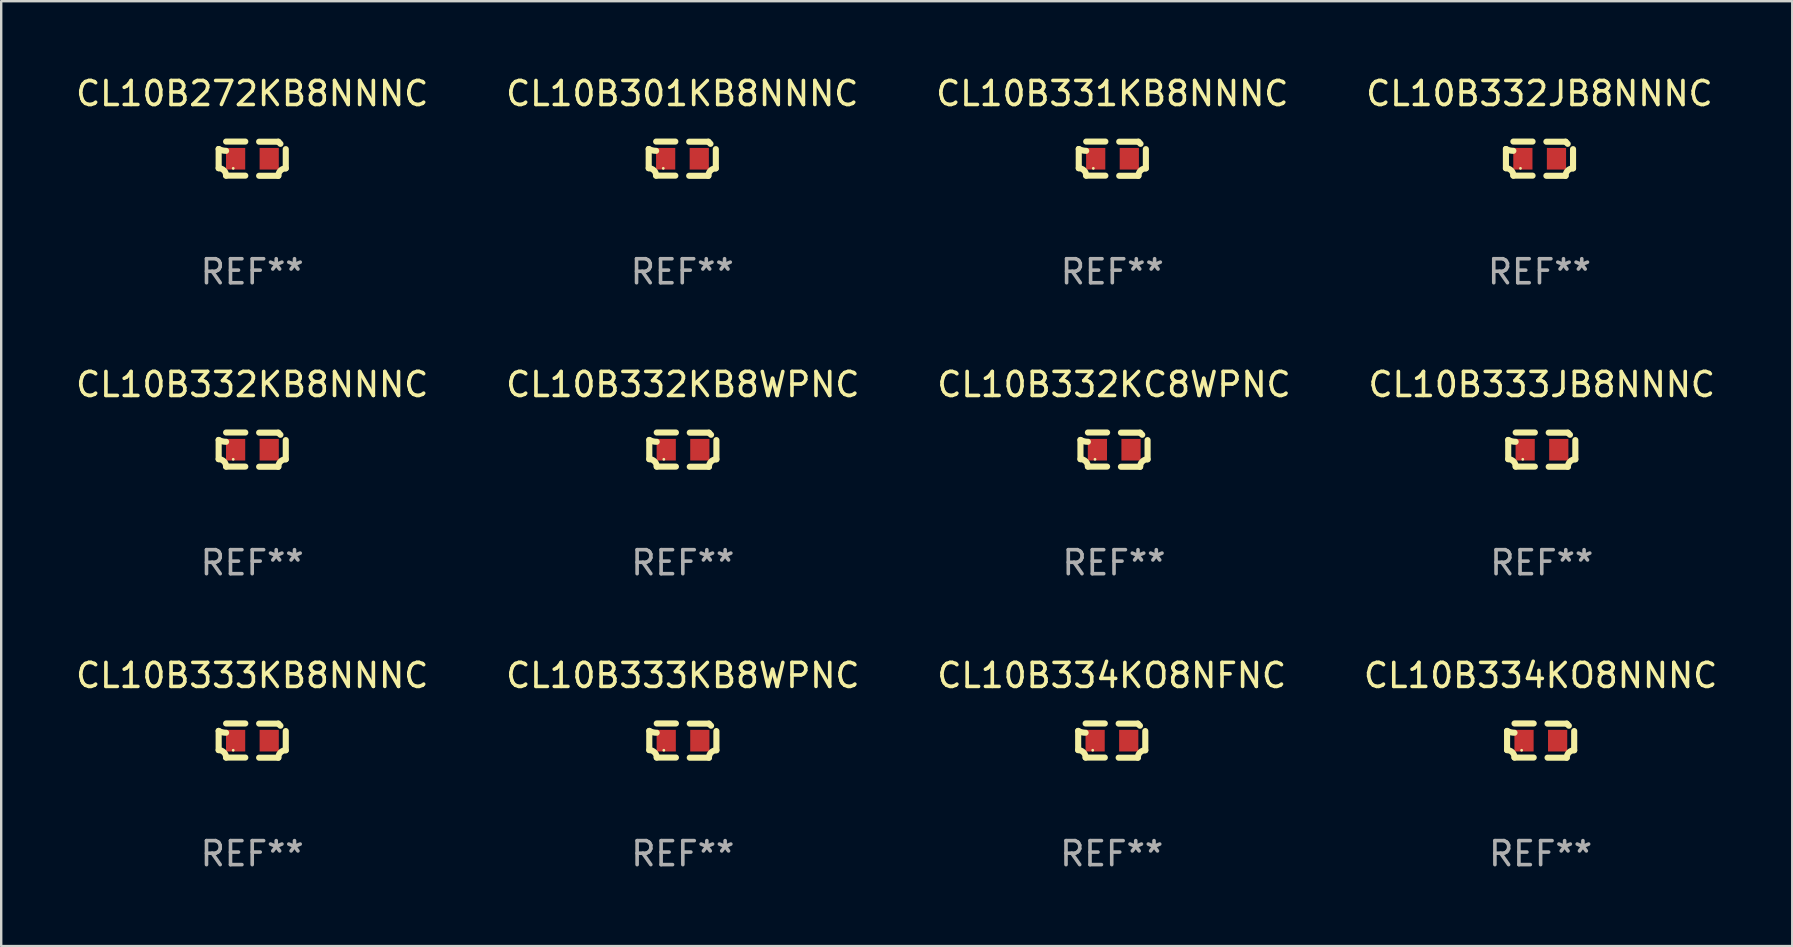
<source format=kicad_pcb>
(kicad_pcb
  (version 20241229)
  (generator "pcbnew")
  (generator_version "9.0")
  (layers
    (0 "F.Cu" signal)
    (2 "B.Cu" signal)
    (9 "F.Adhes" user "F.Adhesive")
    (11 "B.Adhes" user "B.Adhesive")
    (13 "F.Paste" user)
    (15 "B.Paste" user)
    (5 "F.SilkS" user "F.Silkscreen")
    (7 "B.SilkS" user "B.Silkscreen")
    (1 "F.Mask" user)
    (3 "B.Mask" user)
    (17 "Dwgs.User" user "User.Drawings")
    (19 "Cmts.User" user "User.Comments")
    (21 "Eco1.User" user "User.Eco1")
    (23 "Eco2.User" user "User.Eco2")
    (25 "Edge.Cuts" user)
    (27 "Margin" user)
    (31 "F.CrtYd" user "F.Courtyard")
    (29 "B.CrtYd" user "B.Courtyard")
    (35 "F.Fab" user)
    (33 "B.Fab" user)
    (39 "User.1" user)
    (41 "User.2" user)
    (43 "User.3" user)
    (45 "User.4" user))
  (footprint "CL10B272KB8NNNC"
    (layer "F.Cu")
    (at 7.458 3.561)
    (property "Reference" "CL10B272KB8NNNC" (at 0 -2.713 0) (layer "F.SilkS") (effects (font (size 1 1) (thickness 0.15))))
    (attr through_hole)
    (fp_line (start -1.398 -0.403) (end -1.398 0.397) (stroke (width 0.254) (type solid)) (layer "F.SilkS"))
    (fp_line (start -0.288 -0.713) (end -1.088 -0.713) (stroke (width 0.254) (type solid)) (layer "F.SilkS"))
    (fp_line (start -0.288 0.707) (end -1.088 0.707) (stroke (width 0.254) (type solid)) (layer "F.SilkS"))
    (fp_line (start 0.288 -0.707) (end 1.088 -0.707) (stroke (width 0.254) (type solid)) (layer "F.SilkS"))
    (fp_line (start 0.288 0.713) (end 1.088 0.713) (stroke (width 0.254) (type solid)) (layer "F.SilkS"))
    (fp_line (start 1.398 -0.397) (end 1.398 0.403) (stroke (width 0.254) (type solid)) (layer "F.SilkS"))
    (fp_arc (start -1.397789 0.397066) (mid -1.178701 0.487826) (end -1.08796 0.706922) (stroke (width 0.254001) (type solid)) (layer "F.SilkS"))
    (fp_arc (start -1.08796 -0.327176) (mid -1.247436 -0.346384) (end -1.39779 -0.402908) (stroke (width 0.254001) (type solid)) (layer "F.SilkS"))
    (fp_arc (start 1.087909 0.712738) (mid 1.178656 0.493655) (end 1.397739 0.402908) (stroke (width 0.254001) (type solid)) (layer "F.SilkS"))
    (fp_arc (start 1.175925 -0.618926) (mid 1.131917 -0.662923) (end 1.08791 -0.706922) (stroke (width 0.254001) (type solid)) (layer "F.SilkS"))
    (fp_circle (center -0.792 0.403) (end -0.762 0.403) (stroke (width 0.06) (type solid)) (fill no) (layer "F.SilkS"))
    (fp_text user "REF**" (at 0 4.713 0) (layer "F.Fab") (effects (font (size 1 1) (thickness 0.15))))
    (pad "1" smd rect (at -0.692 0.003) (size 0.8 0.9) (layers "F.Cu" "F.Mask" "F.Paste"))
    (pad "2" smd rect (at 0.708 0.003) (size 0.8 0.9) (layers "F.Cu" "F.Mask" "F.Paste")))
  (footprint "CL10B333KB8NNNC"
    (layer "F.Cu")
    (at 7.458 27.805)
    (property "Reference" "CL10B333KB8NNNC" (at 0 -2.713 0) (layer "F.SilkS") (effects (font (size 1 1) (thickness 0.15))))
    (attr through_hole)
    (fp_line (start -1.398 -0.403) (end -1.398 0.397) (stroke (width 0.254) (type solid)) (layer "F.SilkS"))
    (fp_line (start -0.288 -0.713) (end -1.088 -0.713) (stroke (width 0.254) (type solid)) (layer "F.SilkS"))
    (fp_line (start -0.288 0.707) (end -1.088 0.707) (stroke (width 0.254) (type solid)) (layer "F.SilkS"))
    (fp_line (start 0.288 -0.707) (end 1.088 -0.707) (stroke (width 0.254) (type solid)) (layer "F.SilkS"))
    (fp_line (start 0.288 0.713) (end 1.088 0.713) (stroke (width 0.254) (type solid)) (layer "F.SilkS"))
    (fp_line (start 1.398 -0.397) (end 1.398 0.403) (stroke (width 0.254) (type solid)) (layer "F.SilkS"))
    (fp_arc (start -1.397789 0.397066) (mid -1.178701 0.487826) (end -1.08796 0.706922) (stroke (width 0.254001) (type solid)) (layer "F.SilkS"))
    (fp_arc (start -1.08796 -0.327176) (mid -1.247436 -0.346384) (end -1.39779 -0.402908) (stroke (width 0.254001) (type solid)) (layer "F.SilkS"))
    (fp_arc (start 1.087909 0.712738) (mid 1.178656 0.493655) (end 1.397739 0.402908) (stroke (width 0.254001) (type solid)) (layer "F.SilkS"))
    (fp_arc (start 1.175925 -0.618926) (mid 1.131917 -0.662923) (end 1.08791 -0.706922) (stroke (width 0.254001) (type solid)) (layer "F.SilkS"))
    (fp_circle (center -0.792 0.403) (end -0.762 0.403) (stroke (width 0.06) (type solid)) (fill no) (layer "F.SilkS"))
    (fp_text user "REF**" (at 0 4.713 0) (layer "F.Fab") (effects (font (size 1 1) (thickness 0.15))))
    (pad "1" smd rect (at -0.692 0.003) (size 0.8 0.9) (layers "F.Cu" "F.Mask" "F.Paste"))
    (pad "2" smd rect (at 0.708 0.003) (size 0.8 0.9) (layers "F.Cu" "F.Mask" "F.Paste")))
  (footprint "CL10B301KB8NNNC"
    (layer "F.Cu")
    (at 25.375 3.561)
    (property "Reference" "CL10B301KB8NNNC" (at 0 -2.713 0) (layer "F.SilkS") (effects (font (size 1 1) (thickness 0.15))))
    (attr through_hole)
    (fp_line (start -1.398 -0.403) (end -1.398 0.397) (stroke (width 0.254) (type solid)) (layer "F.SilkS"))
    (fp_line (start -0.288 -0.713) (end -1.088 -0.713) (stroke (width 0.254) (type solid)) (layer "F.SilkS"))
    (fp_line (start -0.288 0.707) (end -1.088 0.707) (stroke (width 0.254) (type solid)) (layer "F.SilkS"))
    (fp_line (start 0.288 -0.707) (end 1.088 -0.707) (stroke (width 0.254) (type solid)) (layer "F.SilkS"))
    (fp_line (start 0.288 0.713) (end 1.088 0.713) (stroke (width 0.254) (type solid)) (layer "F.SilkS"))
    (fp_line (start 1.398 -0.397) (end 1.398 0.403) (stroke (width 0.254) (type solid)) (layer "F.SilkS"))
    (fp_arc (start -1.397789 0.397066) (mid -1.178701 0.487826) (end -1.08796 0.706922) (stroke (width 0.254001) (type solid)) (layer "F.SilkS"))
    (fp_arc (start -1.08796 -0.327176) (mid -1.247436 -0.346384) (end -1.39779 -0.402908) (stroke (width 0.254001) (type solid)) (layer "F.SilkS"))
    (fp_arc (start 1.087909 0.712738) (mid 1.178656 0.493655) (end 1.397739 0.402908) (stroke (width 0.254001) (type solid)) (layer "F.SilkS"))
    (fp_arc (start 1.175925 -0.618926) (mid 1.131917 -0.662923) (end 1.08791 -0.706922) (stroke (width 0.254001) (type solid)) (layer "F.SilkS"))
    (fp_circle (center -0.792 0.403) (end -0.762 0.403) (stroke (width 0.06) (type solid)) (fill no) (layer "F.SilkS"))
    (fp_text user "REF**" (at 0 4.713 0) (layer "F.Fab") (effects (font (size 1 1) (thickness 0.15))))
    (pad "1" smd rect (at -0.692 0.003) (size 0.8 0.9) (layers "F.Cu" "F.Mask" "F.Paste"))
    (pad "2" smd rect (at 0.708 0.003) (size 0.8 0.9) (layers "F.Cu" "F.Mask" "F.Paste")))
  (footprint "CL10B331KB8NNNC"
    (layer "F.Cu")
    (at 43.292 3.561)
    (property "Reference" "CL10B331KB8NNNC" (at 0 -2.713 0) (layer "F.SilkS") (effects (font (size 1 1) (thickness 0.15))))
    (attr through_hole)
    (fp_line (start -1.398 -0.403) (end -1.398 0.397) (stroke (width 0.254) (type solid)) (layer "F.SilkS"))
    (fp_line (start -0.288 -0.713) (end -1.088 -0.713) (stroke (width 0.254) (type solid)) (layer "F.SilkS"))
    (fp_line (start -0.288 0.707) (end -1.088 0.707) (stroke (width 0.254) (type solid)) (layer "F.SilkS"))
    (fp_line (start 0.288 -0.707) (end 1.088 -0.707) (stroke (width 0.254) (type solid)) (layer "F.SilkS"))
    (fp_line (start 0.288 0.713) (end 1.088 0.713) (stroke (width 0.254) (type solid)) (layer "F.SilkS"))
    (fp_line (start 1.398 -0.397) (end 1.398 0.403) (stroke (width 0.254) (type solid)) (layer "F.SilkS"))
    (fp_arc (start -1.397789 0.397066) (mid -1.178701 0.487826) (end -1.08796 0.706922) (stroke (width 0.254001) (type solid)) (layer "F.SilkS"))
    (fp_arc (start -1.08796 -0.327176) (mid -1.247436 -0.346384) (end -1.39779 -0.402908) (stroke (width 0.254001) (type solid)) (layer "F.SilkS"))
    (fp_arc (start 1.087909 0.712738) (mid 1.178656 0.493655) (end 1.397739 0.402908) (stroke (width 0.254001) (type solid)) (layer "F.SilkS"))
    (fp_arc (start 1.175925 -0.618926) (mid 1.131917 -0.662923) (end 1.08791 -0.706922) (stroke (width 0.254001) (type solid)) (layer "F.SilkS"))
    (fp_circle (center -0.792 0.403) (end -0.762 0.403) (stroke (width 0.06) (type solid)) (fill no) (layer "F.SilkS"))
    (fp_text user "REF**" (at 0 4.713 0) (layer "F.Fab") (effects (font (size 1 1) (thickness 0.15))))
    (pad "1" smd rect (at -0.692 0.003) (size 0.8 0.9) (layers "F.Cu" "F.Mask" "F.Paste"))
    (pad "2" smd rect (at 0.708 0.003) (size 0.8 0.9) (layers "F.Cu" "F.Mask" "F.Paste")))
  (footprint "CL10B333KB8WPNC"
    (layer "F.Cu")
    (at 25.399 27.805)
    (property "Reference" "CL10B333KB8WPNC" (at 0 -2.713 0) (layer "F.SilkS") (effects (font (size 1 1) (thickness 0.15))))
    (attr through_hole)
    (fp_line (start -1.398 -0.403) (end -1.398 0.397) (stroke (width 0.254) (type solid)) (layer "F.SilkS"))
    (fp_line (start -0.288 -0.713) (end -1.088 -0.713) (stroke (width 0.254) (type solid)) (layer "F.SilkS"))
    (fp_line (start -0.288 0.707) (end -1.088 0.707) (stroke (width 0.254) (type solid)) (layer "F.SilkS"))
    (fp_line (start 0.288 -0.707) (end 1.088 -0.707) (stroke (width 0.254) (type solid)) (layer "F.SilkS"))
    (fp_line (start 0.288 0.713) (end 1.088 0.713) (stroke (width 0.254) (type solid)) (layer "F.SilkS"))
    (fp_line (start 1.398 -0.397) (end 1.398 0.403) (stroke (width 0.254) (type solid)) (layer "F.SilkS"))
    (fp_arc (start -1.397789 0.397066) (mid -1.178701 0.487826) (end -1.08796 0.706922) (stroke (width 0.254001) (type solid)) (layer "F.SilkS"))
    (fp_arc (start -1.08796 -0.327176) (mid -1.247436 -0.346384) (end -1.39779 -0.402908) (stroke (width 0.254001) (type solid)) (layer "F.SilkS"))
    (fp_arc (start 1.087909 0.712738) (mid 1.178656 0.493655) (end 1.397739 0.402908) (stroke (width 0.254001) (type solid)) (layer "F.SilkS"))
    (fp_arc (start 1.175925 -0.618926) (mid 1.131917 -0.662923) (end 1.08791 -0.706922) (stroke (width 0.254001) (type solid)) (layer "F.SilkS"))
    (fp_circle (center -0.792 0.403) (end -0.762 0.403) (stroke (width 0.06) (type solid)) (fill no) (layer "F.SilkS"))
    (fp_text user "REF**" (at 0 4.713 0) (layer "F.Fab") (effects (font (size 1 1) (thickness 0.15))))
    (pad "1" smd rect (at -0.692 0.003) (size 0.8 0.9) (layers "F.Cu" "F.Mask" "F.Paste"))
    (pad "2" smd rect (at 0.708 0.003) (size 0.8 0.9) (layers "F.Cu" "F.Mask" "F.Paste")))
  (footprint "CL10B333JB8NNNC"
    (layer "F.Cu")
    (at 61.185 15.683)
    (property "Reference" "CL10B333JB8NNNC" (at 0 -2.713 0) (layer "F.SilkS") (effects (font (size 1 1) (thickness 0.15))))
    (attr through_hole)
    (fp_line (start -1.398 -0.403) (end -1.398 0.397) (stroke (width 0.254) (type solid)) (layer "F.SilkS"))
    (fp_line (start -0.288 -0.713) (end -1.088 -0.713) (stroke (width 0.254) (type solid)) (layer "F.SilkS"))
    (fp_line (start -0.288 0.707) (end -1.088 0.707) (stroke (width 0.254) (type solid)) (layer "F.SilkS"))
    (fp_line (start 0.288 -0.707) (end 1.088 -0.707) (stroke (width 0.254) (type solid)) (layer "F.SilkS"))
    (fp_line (start 0.288 0.713) (end 1.088 0.713) (stroke (width 0.254) (type solid)) (layer "F.SilkS"))
    (fp_line (start 1.398 -0.397) (end 1.398 0.403) (stroke (width 0.254) (type solid)) (layer "F.SilkS"))
    (fp_arc (start -1.397789 0.397066) (mid -1.178701 0.487826) (end -1.08796 0.706922) (stroke (width 0.254001) (type solid)) (layer "F.SilkS"))
    (fp_arc (start -1.08796 -0.327176) (mid -1.247436 -0.346384) (end -1.39779 -0.402908) (stroke (width 0.254001) (type solid)) (layer "F.SilkS"))
    (fp_arc (start 1.087909 0.712738) (mid 1.178656 0.493655) (end 1.397739 0.402908) (stroke (width 0.254001) (type solid)) (layer "F.SilkS"))
    (fp_arc (start 1.175925 -0.618926) (mid 1.131917 -0.662923) (end 1.08791 -0.706922) (stroke (width 0.254001) (type solid)) (layer "F.SilkS"))
    (fp_circle (center -0.792 0.403) (end -0.762 0.403) (stroke (width 0.06) (type solid)) (fill no) (layer "F.SilkS"))
    (fp_text user "REF**" (at 0 4.713 0) (layer "F.Fab") (effects (font (size 1 1) (thickness 0.15))))
    (pad "1" smd rect (at -0.692 0.003) (size 0.8 0.9) (layers "F.Cu" "F.Mask" "F.Paste"))
    (pad "2" smd rect (at 0.708 0.003) (size 0.8 0.9) (layers "F.Cu" "F.Mask" "F.Paste")))
  (footprint "CL10B332KB8WPNC"
    (layer "F.Cu")
    (at 25.399 15.683)
    (property "Reference" "CL10B332KB8WPNC" (at 0 -2.713 0) (layer "F.SilkS") (effects (font (size 1 1) (thickness 0.15))))
    (attr through_hole)
    (fp_line (start -1.398 -0.403) (end -1.398 0.397) (stroke (width 0.254) (type solid)) (layer "F.SilkS"))
    (fp_line (start -0.288 -0.713) (end -1.088 -0.713) (stroke (width 0.254) (type solid)) (layer "F.SilkS"))
    (fp_line (start -0.288 0.707) (end -1.088 0.707) (stroke (width 0.254) (type solid)) (layer "F.SilkS"))
    (fp_line (start 0.288 -0.707) (end 1.088 -0.707) (stroke (width 0.254) (type solid)) (layer "F.SilkS"))
    (fp_line (start 0.288 0.713) (end 1.088 0.713) (stroke (width 0.254) (type solid)) (layer "F.SilkS"))
    (fp_line (start 1.398 -0.397) (end 1.398 0.403) (stroke (width 0.254) (type solid)) (layer "F.SilkS"))
    (fp_arc (start -1.397789 0.397066) (mid -1.178701 0.487826) (end -1.08796 0.706922) (stroke (width 0.254001) (type solid)) (layer "F.SilkS"))
    (fp_arc (start -1.08796 -0.327176) (mid -1.247436 -0.346384) (end -1.39779 -0.402908) (stroke (width 0.254001) (type solid)) (layer "F.SilkS"))
    (fp_arc (start 1.087909 0.712738) (mid 1.178656 0.493655) (end 1.397739 0.402908) (stroke (width 0.254001) (type solid)) (layer "F.SilkS"))
    (fp_arc (start 1.175925 -0.618926) (mid 1.131917 -0.662923) (end 1.08791 -0.706922) (stroke (width 0.254001) (type solid)) (layer "F.SilkS"))
    (fp_circle (center -0.792 0.403) (end -0.762 0.403) (stroke (width 0.06) (type solid)) (fill no) (layer "F.SilkS"))
    (fp_text user "REF**" (at 0 4.713 0) (layer "F.Fab") (effects (font (size 1 1) (thickness 0.15))))
    (pad "1" smd rect (at -0.692 0.003) (size 0.8 0.9) (layers "F.Cu" "F.Mask" "F.Paste"))
    (pad "2" smd rect (at 0.708 0.003) (size 0.8 0.9) (layers "F.Cu" "F.Mask" "F.Paste")))
  (footprint "CL10B334KO8NFNC"
    (layer "F.Cu")
    (at 43.268 27.805)
    (property "Reference" "CL10B334KO8NFNC" (at 0 -2.713 0) (layer "F.SilkS") (effects (font (size 1 1) (thickness 0.15))))
    (attr through_hole)
    (fp_line (start -1.398 -0.403) (end -1.398 0.397) (stroke (width 0.254) (type solid)) (layer "F.SilkS"))
    (fp_line (start -0.288 -0.713) (end -1.088 -0.713) (stroke (width 0.254) (type solid)) (layer "F.SilkS"))
    (fp_line (start -0.288 0.707) (end -1.088 0.707) (stroke (width 0.254) (type solid)) (layer "F.SilkS"))
    (fp_line (start 0.288 -0.707) (end 1.088 -0.707) (stroke (width 0.254) (type solid)) (layer "F.SilkS"))
    (fp_line (start 0.288 0.713) (end 1.088 0.713) (stroke (width 0.254) (type solid)) (layer "F.SilkS"))
    (fp_line (start 1.398 -0.397) (end 1.398 0.403) (stroke (width 0.254) (type solid)) (layer "F.SilkS"))
    (fp_arc (start -1.397789 0.397066) (mid -1.178701 0.487826) (end -1.08796 0.706922) (stroke (width 0.254001) (type solid)) (layer "F.SilkS"))
    (fp_arc (start -1.08796 -0.327176) (mid -1.247436 -0.346384) (end -1.39779 -0.402908) (stroke (width 0.254001) (type solid)) (layer "F.SilkS"))
    (fp_arc (start 1.087909 0.712738) (mid 1.178656 0.493655) (end 1.397739 0.402908) (stroke (width 0.254001) (type solid)) (layer "F.SilkS"))
    (fp_arc (start 1.175925 -0.618926) (mid 1.131917 -0.662923) (end 1.08791 -0.706922) (stroke (width 0.254001) (type solid)) (layer "F.SilkS"))
    (fp_circle (center -0.792 0.403) (end -0.762 0.403) (stroke (width 0.06) (type solid)) (fill no) (layer "F.SilkS"))
    (fp_text user "REF**" (at 0 4.713 0) (layer "F.Fab") (effects (font (size 1 1) (thickness 0.15))))
    (pad "1" smd rect (at -0.692 0.003) (size 0.8 0.9) (layers "F.Cu" "F.Mask" "F.Paste"))
    (pad "2" smd rect (at 0.708 0.003) (size 0.8 0.9) (layers "F.Cu" "F.Mask" "F.Paste")))
  (footprint "CL10B332KC8WPNC"
    (layer "F.Cu")
    (at 43.363 15.683)
    (property "Reference" "CL10B332KC8WPNC" (at 0 -2.713 0) (layer "F.SilkS") (effects (font (size 1 1) (thickness 0.15))))
    (attr through_hole)
    (fp_line (start -1.398 -0.403) (end -1.398 0.397) (stroke (width 0.254) (type solid)) (layer "F.SilkS"))
    (fp_line (start -0.288 -0.713) (end -1.088 -0.713) (stroke (width 0.254) (type solid)) (layer "F.SilkS"))
    (fp_line (start -0.288 0.707) (end -1.088 0.707) (stroke (width 0.254) (type solid)) (layer "F.SilkS"))
    (fp_line (start 0.288 -0.707) (end 1.088 -0.707) (stroke (width 0.254) (type solid)) (layer "F.SilkS"))
    (fp_line (start 0.288 0.713) (end 1.088 0.713) (stroke (width 0.254) (type solid)) (layer "F.SilkS"))
    (fp_line (start 1.398 -0.397) (end 1.398 0.403) (stroke (width 0.254) (type solid)) (layer "F.SilkS"))
    (fp_arc (start -1.397789 0.397066) (mid -1.178701 0.487826) (end -1.08796 0.706922) (stroke (width 0.254001) (type solid)) (layer "F.SilkS"))
    (fp_arc (start -1.08796 -0.327176) (mid -1.247436 -0.346384) (end -1.39779 -0.402908) (stroke (width 0.254001) (type solid)) (layer "F.SilkS"))
    (fp_arc (start 1.087909 0.712738) (mid 1.178656 0.493655) (end 1.397739 0.402908) (stroke (width 0.254001) (type solid)) (layer "F.SilkS"))
    (fp_arc (start 1.175925 -0.618926) (mid 1.131917 -0.662923) (end 1.08791 -0.706922) (stroke (width 0.254001) (type solid)) (layer "F.SilkS"))
    (fp_circle (center -0.792 0.403) (end -0.762 0.403) (stroke (width 0.06) (type solid)) (fill no) (layer "F.SilkS"))
    (fp_text user "REF**" (at 0 4.713 0) (layer "F.Fab") (effects (font (size 1 1) (thickness 0.15))))
    (pad "1" smd rect (at -0.692 0.003) (size 0.8 0.9) (layers "F.Cu" "F.Mask" "F.Paste"))
    (pad "2" smd rect (at 0.708 0.003) (size 0.8 0.9) (layers "F.Cu" "F.Mask" "F.Paste")))
  (footprint "CL10B332JB8NNNC"
    (layer "F.Cu")
    (at 61.089 3.561)
    (property "Reference" "CL10B332JB8NNNC" (at 0 -2.713 0) (layer "F.SilkS") (effects (font (size 1 1) (thickness 0.15))))
    (attr through_hole)
    (fp_line (start -1.398 -0.403) (end -1.398 0.397) (stroke (width 0.254) (type solid)) (layer "F.SilkS"))
    (fp_line (start -0.288 -0.713) (end -1.088 -0.713) (stroke (width 0.254) (type solid)) (layer "F.SilkS"))
    (fp_line (start -0.288 0.707) (end -1.088 0.707) (stroke (width 0.254) (type solid)) (layer "F.SilkS"))
    (fp_line (start 0.288 -0.707) (end 1.088 -0.707) (stroke (width 0.254) (type solid)) (layer "F.SilkS"))
    (fp_line (start 0.288 0.713) (end 1.088 0.713) (stroke (width 0.254) (type solid)) (layer "F.SilkS"))
    (fp_line (start 1.398 -0.397) (end 1.398 0.403) (stroke (width 0.254) (type solid)) (layer "F.SilkS"))
    (fp_arc (start -1.397789 0.397066) (mid -1.178701 0.487826) (end -1.08796 0.706922) (stroke (width 0.254001) (type solid)) (layer "F.SilkS"))
    (fp_arc (start -1.08796 -0.327176) (mid -1.247436 -0.346384) (end -1.39779 -0.402908) (stroke (width 0.254001) (type solid)) (layer "F.SilkS"))
    (fp_arc (start 1.087909 0.712738) (mid 1.178656 0.493655) (end 1.397739 0.402908) (stroke (width 0.254001) (type solid)) (layer "F.SilkS"))
    (fp_arc (start 1.175925 -0.618926) (mid 1.131917 -0.662923) (end 1.08791 -0.706922) (stroke (width 0.254001) (type solid)) (layer "F.SilkS"))
    (fp_circle (center -0.792 0.403) (end -0.762 0.403) (stroke (width 0.06) (type solid)) (fill no) (layer "F.SilkS"))
    (fp_text user "REF**" (at 0 4.713 0) (layer "F.Fab") (effects (font (size 1 1) (thickness 0.15))))
    (pad "1" smd rect (at -0.692 0.003) (size 0.8 0.9) (layers "F.Cu" "F.Mask" "F.Paste"))
    (pad "2" smd rect (at 0.708 0.003) (size 0.8 0.9) (layers "F.Cu" "F.Mask" "F.Paste")))
  (footprint "CL10B332KB8NNNC"
    (layer "F.Cu")
    (at 7.458 15.683)
    (property "Reference" "CL10B332KB8NNNC" (at 0 -2.713 0) (layer "F.SilkS") (effects (font (size 1 1) (thickness 0.15))))
    (attr through_hole)
    (fp_line (start -1.398 -0.403) (end -1.398 0.397) (stroke (width 0.254) (type solid)) (layer "F.SilkS"))
    (fp_line (start -0.288 -0.713) (end -1.088 -0.713) (stroke (width 0.254) (type solid)) (layer "F.SilkS"))
    (fp_line (start -0.288 0.707) (end -1.088 0.707) (stroke (width 0.254) (type solid)) (layer "F.SilkS"))
    (fp_line (start 0.288 -0.707) (end 1.088 -0.707) (stroke (width 0.254) (type solid)) (layer "F.SilkS"))
    (fp_line (start 0.288 0.713) (end 1.088 0.713) (stroke (width 0.254) (type solid)) (layer "F.SilkS"))
    (fp_line (start 1.398 -0.397) (end 1.398 0.403) (stroke (width 0.254) (type solid)) (layer "F.SilkS"))
    (fp_arc (start -1.397789 0.397066) (mid -1.178701 0.487826) (end -1.08796 0.706922) (stroke (width 0.254001) (type solid)) (layer "F.SilkS"))
    (fp_arc (start -1.08796 -0.327176) (mid -1.247436 -0.346384) (end -1.39779 -0.402908) (stroke (width 0.254001) (type solid)) (layer "F.SilkS"))
    (fp_arc (start 1.087909 0.712738) (mid 1.178656 0.493655) (end 1.397739 0.402908) (stroke (width 0.254001) (type solid)) (layer "F.SilkS"))
    (fp_arc (start 1.175925 -0.618926) (mid 1.131917 -0.662923) (end 1.08791 -0.706922) (stroke (width 0.254001) (type solid)) (layer "F.SilkS"))
    (fp_circle (center -0.792 0.403) (end -0.762 0.403) (stroke (width 0.06) (type solid)) (fill no) (layer "F.SilkS"))
    (fp_text user "REF**" (at 0 4.713 0) (layer "F.Fab") (effects (font (size 1 1) (thickness 0.15))))
    (pad "1" smd rect (at -0.692 0.003) (size 0.8 0.9) (layers "F.Cu" "F.Mask" "F.Paste"))
    (pad "2" smd rect (at 0.708 0.003) (size 0.8 0.9) (layers "F.Cu" "F.Mask" "F.Paste")))
  (footprint "CL10B334KO8NNNC"
    (layer "F.Cu")
    (at 61.137 27.805)
    (property "Reference" "CL10B334KO8NNNC" (at 0 -2.713 0) (layer "F.SilkS") (effects (font (size 1 1) (thickness 0.15))))
    (attr through_hole)
    (fp_line (start -1.398 -0.403) (end -1.398 0.397) (stroke (width 0.254) (type solid)) (layer "F.SilkS"))
    (fp_line (start -0.288 -0.713) (end -1.088 -0.713) (stroke (width 0.254) (type solid)) (layer "F.SilkS"))
    (fp_line (start -0.288 0.707) (end -1.088 0.707) (stroke (width 0.254) (type solid)) (layer "F.SilkS"))
    (fp_line (start 0.288 -0.707) (end 1.088 -0.707) (stroke (width 0.254) (type solid)) (layer "F.SilkS"))
    (fp_line (start 0.288 0.713) (end 1.088 0.713) (stroke (width 0.254) (type solid)) (layer "F.SilkS"))
    (fp_line (start 1.398 -0.397) (end 1.398 0.403) (stroke (width 0.254) (type solid)) (layer "F.SilkS"))
    (fp_arc (start -1.397789 0.397066) (mid -1.178701 0.487826) (end -1.08796 0.706922) (stroke (width 0.254001) (type solid)) (layer "F.SilkS"))
    (fp_arc (start -1.08796 -0.327176) (mid -1.247436 -0.346384) (end -1.39779 -0.402908) (stroke (width 0.254001) (type solid)) (layer "F.SilkS"))
    (fp_arc (start 1.087909 0.712738) (mid 1.178656 0.493655) (end 1.397739 0.402908) (stroke (width 0.254001) (type solid)) (layer "F.SilkS"))
    (fp_arc (start 1.175925 -0.618926) (mid 1.131917 -0.662923) (end 1.08791 -0.706922) (stroke (width 0.254001) (type solid)) (layer "F.SilkS"))
    (fp_circle (center -0.792 0.403) (end -0.762 0.403) (stroke (width 0.06) (type solid)) (fill no) (layer "F.SilkS"))
    (fp_text user "REF**" (at 0 4.713 0) (layer "F.Fab") (effects (font (size 1 1) (thickness 0.15))))
    (pad "1" smd rect (at -0.692 0.003) (size 0.8 0.9) (layers "F.Cu" "F.Mask" "F.Paste"))
    (pad "2" smd rect (at 0.708 0.003) (size 0.8 0.9) (layers "F.Cu" "F.Mask" "F.Paste")))
  (gr_rect
    (start -3 -3)
    (end 71.619 36.366)
    (stroke (width 0.1) (type default))
    (fill no)
    (layer "Edge.Cuts")))
</source>
